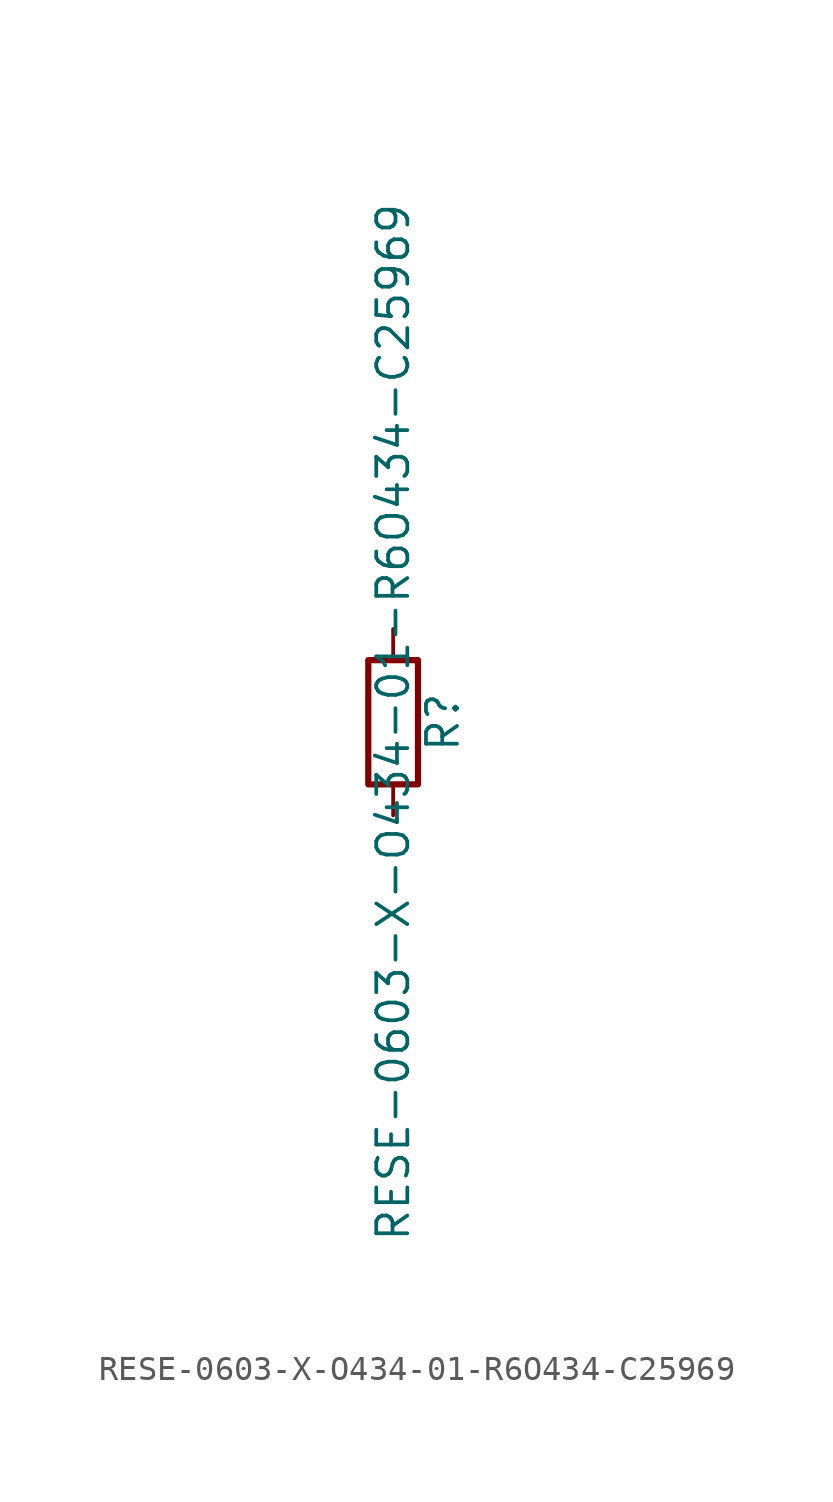
<source format=kicad_sym>
(kicad_symbol_lib
  (version 20211014)
  (generator kicad_symbol_editor)
  (symbol "RESE-0603-X-O434-01-R6O434-C25969"
    (pin_numbers hide)
    (pin_names
      (offset 0))
    (property "Reference" "R"
      (at 2.032 0 90)
      (effects (font (size 1.27 1.27))))
    (property "Value" "RESE-0603-X-O434-01-R6O434-C25969"
      (at 0 0 90)
      (effects (font (size 1.27 1.27))))
    (symbol "RESE-0603-X-O434-01-R6O434-C25969_0_1"
      (rectangle (start -1.016 -2.54) (end 1.016 2.54) (stroke (width 0.254) (type default) (color 0 0 0 0)) (fill (type none))))
    (symbol "RESE-0603-X-O434-01-R6O434-C25969_1_1"
      (pin passive line (at 0 3.81 270) (length 1.27) (name "~" (effects (font (size 1.27 1.27)))) (number "1" (effects (font (size 1.27 1.27)))))
      (pin passive line (at 0 -3.81 90) (length 1.27) (name "~" (effects (font (size 1.27 1.27)))) (number "2" (effects (font (size 1.27 1.27))))))))
</source>
